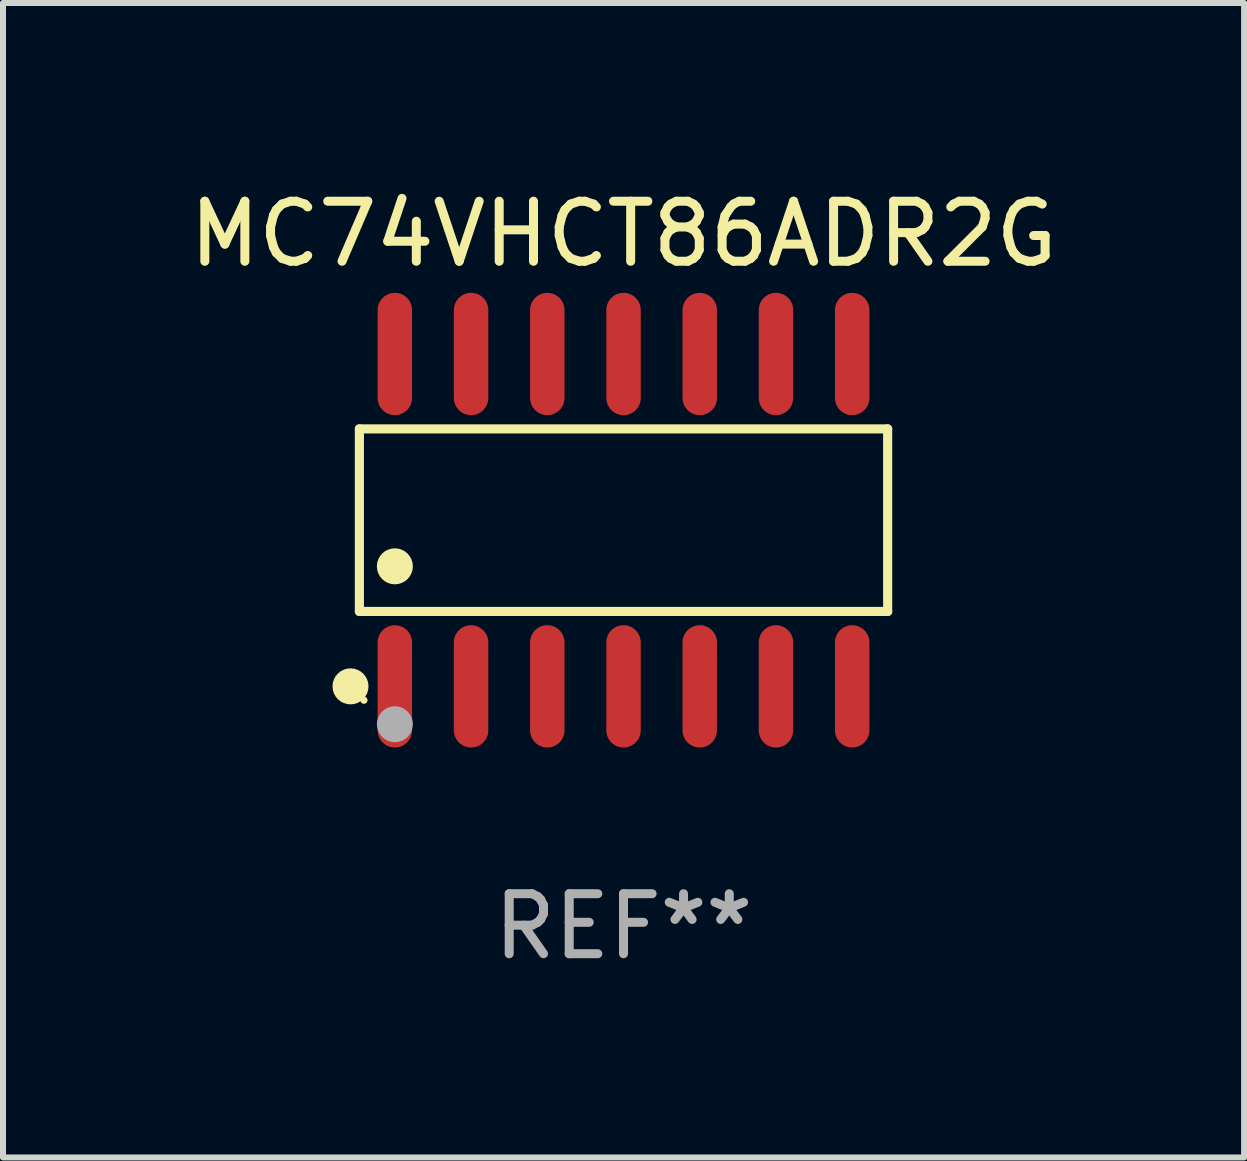
<source format=kicad_pcb>
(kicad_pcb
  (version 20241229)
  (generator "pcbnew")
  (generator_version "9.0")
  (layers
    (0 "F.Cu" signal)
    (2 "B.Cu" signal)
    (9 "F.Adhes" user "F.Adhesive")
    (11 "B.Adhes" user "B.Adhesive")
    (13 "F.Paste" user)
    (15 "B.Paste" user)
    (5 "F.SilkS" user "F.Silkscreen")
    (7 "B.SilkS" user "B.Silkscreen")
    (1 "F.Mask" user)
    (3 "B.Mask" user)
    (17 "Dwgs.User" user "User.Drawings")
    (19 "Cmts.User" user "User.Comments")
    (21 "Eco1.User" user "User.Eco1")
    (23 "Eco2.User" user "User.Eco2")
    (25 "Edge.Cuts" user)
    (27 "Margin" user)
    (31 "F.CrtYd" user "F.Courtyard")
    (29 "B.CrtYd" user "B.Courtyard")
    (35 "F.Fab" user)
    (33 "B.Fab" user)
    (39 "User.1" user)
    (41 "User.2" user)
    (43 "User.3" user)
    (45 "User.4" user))
  (footprint "MC74VHCT86ADR2G"
    (layer "F.Cu")
    (at 7.339 5.617)
    (property "Reference" "MC74VHCT86ADR2G" (at 0 -4.769 0) (layer "F.SilkS") (effects (font (size 1 1) (thickness 0.15))))
    (attr through_hole)
    (fp_line (start -4.401 -1.521) (end 4.401 -1.521) (stroke (width 0.152) (type solid)) (layer "F.SilkS"))
    (fp_line (start -4.401 1.521) (end -4.401 -1.521) (stroke (width 0.152) (type solid)) (layer "F.SilkS"))
    (fp_line (start 4.401 -1.521) (end 4.401 1.521) (stroke (width 0.152) (type solid)) (layer "F.SilkS"))
    (fp_line (start 4.401 1.521) (end -4.401 1.521) (stroke (width 0.152) (type solid)) (layer "F.SilkS"))
    (fp_circle (center -4.549 2.769) (end -4.399 2.769) (stroke (width 0.3) (type solid)) (fill no) (layer "F.SilkS"))
    (fp_circle (center -4.325 3) (end -4.295 3) (stroke (width 0.06) (type solid)) (fill no) (layer "F.SilkS"))
    (fp_circle (center -3.81 0.769) (end -3.66 0.769) (stroke (width 0.3) (type solid)) (fill no) (layer "F.SilkS"))
    (fp_circle (center -3.81 3.4) (end -3.66 3.4) (stroke (width 0.3) (type solid)) (fill no) (layer "F.Fab"))
    (fp_text user "REF**" (at 0 6.769 0) (layer "F.Fab") (effects (font (size 1 1) (thickness 0.15))))
    (pad "1" smd oval (at -3.81 2.769) (size 0.574 2.038) (layers "F.Cu" "F.Mask" "F.Paste"))
    (pad "2" smd oval (at -2.54 2.769) (size 0.574 2.038) (layers "F.Cu" "F.Mask" "F.Paste"))
    (pad "3" smd oval (at -1.27 2.769) (size 0.574 2.038) (layers "F.Cu" "F.Mask" "F.Paste"))
    (pad "4" smd oval (at 0 2.769) (size 0.574 2.038) (layers "F.Cu" "F.Mask" "F.Paste"))
    (pad "5" smd oval (at 1.27 2.769) (size 0.574 2.038) (layers "F.Cu" "F.Mask" "F.Paste"))
    (pad "6" smd oval (at 2.54 2.769) (size 0.574 2.038) (layers "F.Cu" "F.Mask" "F.Paste"))
    (pad "7" smd oval (at 3.81 2.769) (size 0.574 2.038) (layers "F.Cu" "F.Mask" "F.Paste"))
    (pad "8" smd oval (at 3.81 -2.769) (size 0.574 2.038) (layers "F.Cu" "F.Mask" "F.Paste"))
    (pad "9" smd oval (at 2.54 -2.769) (size 0.574 2.038) (layers "F.Cu" "F.Mask" "F.Paste"))
    (pad "10" smd oval (at 1.27 -2.769) (size 0.574 2.038) (layers "F.Cu" "F.Mask" "F.Paste"))
    (pad "11" smd oval (at 0 -2.769) (size 0.574 2.038) (layers "F.Cu" "F.Mask" "F.Paste"))
    (pad "12" smd oval (at -1.27 -2.769) (size 0.574 2.038) (layers "F.Cu" "F.Mask" "F.Paste"))
    (pad "13" smd oval (at -2.54 -2.769) (size 0.574 2.038) (layers "F.Cu" "F.Mask" "F.Paste"))
    (pad "14" smd oval (at -3.81 -2.769) (size 0.574 2.038) (layers "F.Cu" "F.Mask" "F.Paste")))
  (gr_rect
    (start -3 -3)
    (end 17.679 16.235)
    (stroke (width 0.1) (type default))
    (fill no)
    (layer "Edge.Cuts")))
</source>
